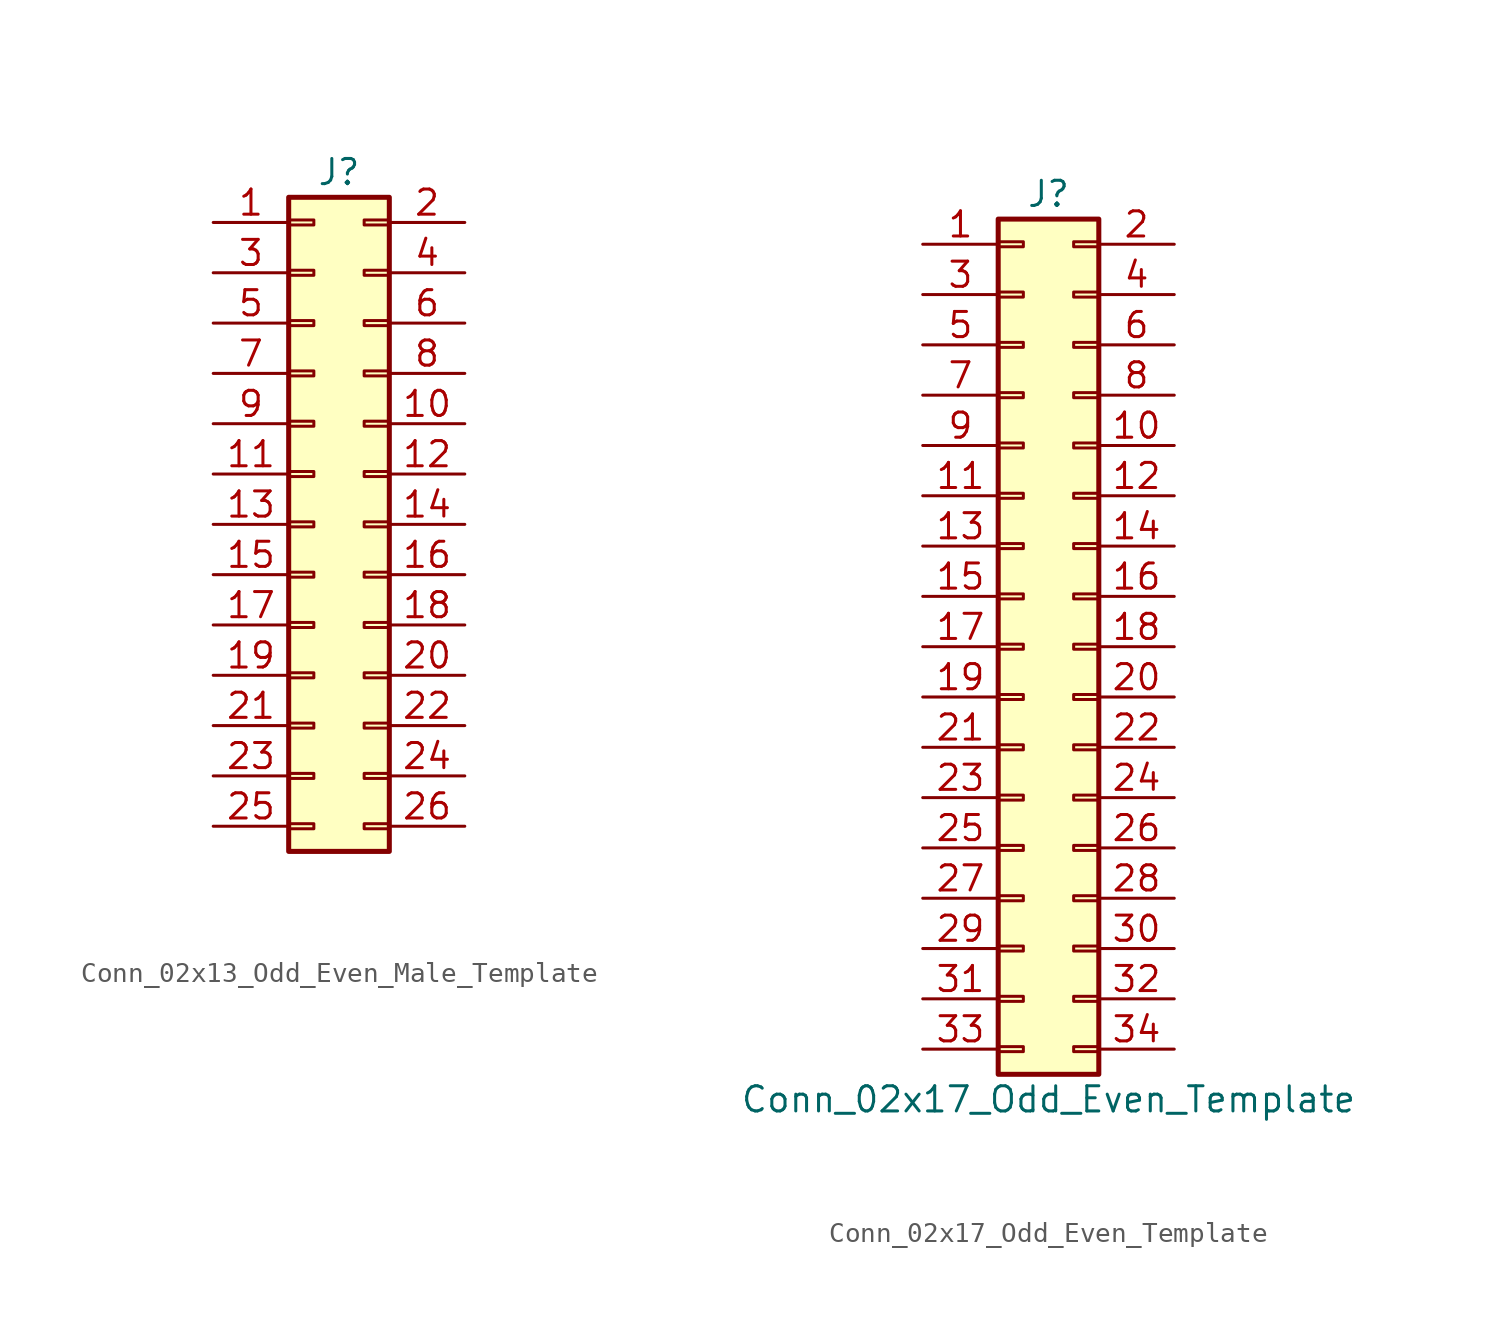
<source format=kicad_sym>
(kicad_symbol_lib
  (version 20241209)
  (generator "kicad_symbol_editor")
  (generator_version "9.0")
  (symbol "Conn_02x13_Odd_Even_Male_Template"
    (pin_names
      (offset 1.016)
      (hide yes))
    (property "Reference" "J"
      (at 1.27 17.78 0)
      (effects (font (size 1.27 1.27))))
    (property "Value" ""
      (at 1.27 -17.78 0)
      (effects (font (size 1.27 1.27))))
    (symbol "Conn_02x13_Odd_Even_Male_Template_1_1"
      (rectangle (start -1.27 16.51) (end 3.81 -16.51) (stroke (width 0.254) (type default)) (fill (type background)))
      (rectangle (start -1.27 15.367) (end 0 15.113) (stroke (width 0.152) (type default)) (fill (type none)))
      (rectangle (start -1.27 12.827) (end 0 12.573) (stroke (width 0.152) (type default)) (fill (type none)))
      (rectangle (start -1.27 10.287) (end 0 10.033) (stroke (width 0.152) (type default)) (fill (type none)))
      (rectangle (start -1.27 7.747) (end 0 7.493) (stroke (width 0.152) (type default)) (fill (type none)))
      (rectangle (start -1.27 5.207) (end 0 4.953) (stroke (width 0.152) (type default)) (fill (type none)))
      (rectangle (start -1.27 2.667) (end 0 2.413) (stroke (width 0.152) (type default)) (fill (type none)))
      (rectangle (start -1.27 0.127) (end 0 -0.127) (stroke (width 0.152) (type default)) (fill (type none)))
      (rectangle (start -1.27 -2.413) (end 0 -2.667) (stroke (width 0.152) (type default)) (fill (type none)))
      (rectangle (start -1.27 -4.953) (end 0 -5.207) (stroke (width 0.152) (type default)) (fill (type none)))
      (rectangle (start -1.27 -7.493) (end 0 -7.747) (stroke (width 0.152) (type default)) (fill (type none)))
      (rectangle (start -1.27 -10.033) (end 0 -10.287) (stroke (width 0.152) (type default)) (fill (type none)))
      (rectangle (start -1.27 -12.573) (end 0 -12.827) (stroke (width 0.152) (type default)) (fill (type none)))
      (rectangle (start -1.27 -15.113) (end 0 -15.367) (stroke (width 0.152) (type default)) (fill (type none)))
      (rectangle (start 3.81 15.367) (end 2.54 15.113) (stroke (width 0.152) (type default)) (fill (type none)))
      (rectangle (start 3.81 12.827) (end 2.54 12.573) (stroke (width 0.152) (type default)) (fill (type none)))
      (rectangle (start 3.81 10.287) (end 2.54 10.033) (stroke (width 0.152) (type default)) (fill (type none)))
      (rectangle (start 3.81 7.747) (end 2.54 7.493) (stroke (width 0.152) (type default)) (fill (type none)))
      (rectangle (start 3.81 5.207) (end 2.54 4.953) (stroke (width 0.152) (type default)) (fill (type none)))
      (rectangle (start 3.81 2.667) (end 2.54 2.413) (stroke (width 0.152) (type default)) (fill (type none)))
      (rectangle (start 3.81 0.127) (end 2.54 -0.127) (stroke (width 0.152) (type default)) (fill (type none)))
      (rectangle (start 3.81 -2.413) (end 2.54 -2.667) (stroke (width 0.152) (type default)) (fill (type none)))
      (rectangle (start 3.81 -4.953) (end 2.54 -5.207) (stroke (width 0.152) (type default)) (fill (type none)))
      (rectangle (start 3.81 -7.493) (end 2.54 -7.747) (stroke (width 0.152) (type default)) (fill (type none)))
      (rectangle (start 3.81 -10.033) (end 2.54 -10.287) (stroke (width 0.152) (type default)) (fill (type none)))
      (rectangle (start 3.81 -12.573) (end 2.54 -12.827) (stroke (width 0.152) (type default)) (fill (type none)))
      (rectangle (start 3.81 -15.113) (end 2.54 -15.367) (stroke (width 0.152) (type default)) (fill (type none)))
      (pin passive line (at -5.08 15.24 0) (length 3.81) (name "Pin_1" (effects (font (size 1.27 1.27)))) (number "1" (effects (font (size 1.27 1.27)))))
      (pin passive line (at -5.08 12.7 0) (length 3.81) (name "Pin_3" (effects (font (size 1.27 1.27)))) (number "3" (effects (font (size 1.27 1.27)))))
      (pin passive line (at -5.08 10.16 0) (length 3.81) (name "Pin_5" (effects (font (size 1.27 1.27)))) (number "5" (effects (font (size 1.27 1.27)))))
      (pin passive line (at -5.08 7.62 0) (length 3.81) (name "Pin_7" (effects (font (size 1.27 1.27)))) (number "7" (effects (font (size 1.27 1.27)))))
      (pin passive line (at -5.08 5.08 0) (length 3.81) (name "Pin_9" (effects (font (size 1.27 1.27)))) (number "9" (effects (font (size 1.27 1.27)))))
      (pin passive line (at -5.08 2.54 0) (length 3.81) (name "Pin_11" (effects (font (size 1.27 1.27)))) (number "11" (effects (font (size 1.27 1.27)))))
      (pin passive line (at -5.08 0 0) (length 3.81) (name "Pin_13" (effects (font (size 1.27 1.27)))) (number "13" (effects (font (size 1.27 1.27)))))
      (pin passive line (at -5.08 -2.54 0) (length 3.81) (name "Pin_15" (effects (font (size 1.27 1.27)))) (number "15" (effects (font (size 1.27 1.27)))))
      (pin passive line (at -5.08 -5.08 0) (length 3.81) (name "Pin_17" (effects (font (size 1.27 1.27)))) (number "17" (effects (font (size 1.27 1.27)))))
      (pin passive line (at -5.08 -7.62 0) (length 3.81) (name "Pin_19" (effects (font (size 1.27 1.27)))) (number "19" (effects (font (size 1.27 1.27)))))
      (pin passive line (at -5.08 -10.16 0) (length 3.81) (name "Pin_21" (effects (font (size 1.27 1.27)))) (number "21" (effects (font (size 1.27 1.27)))))
      (pin passive line (at -5.08 -12.7 0) (length 3.81) (name "Pin_23" (effects (font (size 1.27 1.27)))) (number "23" (effects (font (size 1.27 1.27)))))
      (pin passive line (at -5.08 -15.24 0) (length 3.81) (name "Pin_25" (effects (font (size 1.27 1.27)))) (number "25" (effects (font (size 1.27 1.27)))))
      (pin passive line (at 7.62 15.24 180) (length 3.81) (name "Pin_2" (effects (font (size 1.27 1.27)))) (number "2" (effects (font (size 1.27 1.27)))))
      (pin passive line (at 7.62 12.7 180) (length 3.81) (name "Pin_4" (effects (font (size 1.27 1.27)))) (number "4" (effects (font (size 1.27 1.27)))))
      (pin passive line (at 7.62 10.16 180) (length 3.81) (name "Pin_6" (effects (font (size 1.27 1.27)))) (number "6" (effects (font (size 1.27 1.27)))))
      (pin passive line (at 7.62 7.62 180) (length 3.81) (name "Pin_8" (effects (font (size 1.27 1.27)))) (number "8" (effects (font (size 1.27 1.27)))))
      (pin passive line (at 7.62 5.08 180) (length 3.81) (name "Pin_10" (effects (font (size 1.27 1.27)))) (number "10" (effects (font (size 1.27 1.27)))))
      (pin passive line (at 7.62 2.54 180) (length 3.81) (name "Pin_12" (effects (font (size 1.27 1.27)))) (number "12" (effects (font (size 1.27 1.27)))))
      (pin passive line (at 7.62 0 180) (length 3.81) (name "Pin_14" (effects (font (size 1.27 1.27)))) (number "14" (effects (font (size 1.27 1.27)))))
      (pin passive line (at 7.62 -2.54 180) (length 3.81) (name "Pin_16" (effects (font (size 1.27 1.27)))) (number "16" (effects (font (size 1.27 1.27)))))
      (pin passive line (at 7.62 -5.08 180) (length 3.81) (name "Pin_18" (effects (font (size 1.27 1.27)))) (number "18" (effects (font (size 1.27 1.27)))))
      (pin passive line (at 7.62 -7.62 180) (length 3.81) (name "Pin_20" (effects (font (size 1.27 1.27)))) (number "20" (effects (font (size 1.27 1.27)))))
      (pin passive line (at 7.62 -10.16 180) (length 3.81) (name "Pin_22" (effects (font (size 1.27 1.27)))) (number "22" (effects (font (size 1.27 1.27)))))
      (pin passive line (at 7.62 -12.7 180) (length 3.81) (name "Pin_24" (effects (font (size 1.27 1.27)))) (number "24" (effects (font (size 1.27 1.27)))))
      (pin passive line (at 7.62 -15.24 180) (length 3.81) (name "Pin_26" (effects (font (size 1.27 1.27)))) (number "26" (effects (font (size 1.27 1.27)))))))
  (symbol "Conn_02x17_Odd_Even_Template"
    (pin_names
      (offset 1.016)
      (hide yes))
    (property "Reference" "J"
      (at 1.27 22.86 0)
      (effects (font (size 1.27 1.27))))
    (property "Value" "Conn_02x17_Odd_Even_Template"
      (at 1.27 -22.86 0)
      (effects (font (size 1.27 1.27))))
    (symbol "Conn_02x17_Odd_Even_Template_1_1"
      (rectangle (start -1.27 21.59) (end 3.81 -21.59) (stroke (width 0.254) (type default)) (fill (type background)))
      (rectangle (start -1.27 20.447) (end 0 20.193) (stroke (width 0.152) (type default)) (fill (type none)))
      (rectangle (start -1.27 17.907) (end 0 17.653) (stroke (width 0.152) (type default)) (fill (type none)))
      (rectangle (start -1.27 15.367) (end 0 15.113) (stroke (width 0.152) (type default)) (fill (type none)))
      (rectangle (start -1.27 12.827) (end 0 12.573) (stroke (width 0.152) (type default)) (fill (type none)))
      (rectangle (start -1.27 10.287) (end 0 10.033) (stroke (width 0.152) (type default)) (fill (type none)))
      (rectangle (start -1.27 7.747) (end 0 7.493) (stroke (width 0.152) (type default)) (fill (type none)))
      (rectangle (start -1.27 5.207) (end 0 4.953) (stroke (width 0.152) (type default)) (fill (type none)))
      (rectangle (start -1.27 2.667) (end 0 2.413) (stroke (width 0.152) (type default)) (fill (type none)))
      (rectangle (start -1.27 0.127) (end 0 -0.127) (stroke (width 0.152) (type default)) (fill (type none)))
      (rectangle (start -1.27 -2.413) (end 0 -2.667) (stroke (width 0.152) (type default)) (fill (type none)))
      (rectangle (start -1.27 -4.953) (end 0 -5.207) (stroke (width 0.152) (type default)) (fill (type none)))
      (rectangle (start -1.27 -7.493) (end 0 -7.747) (stroke (width 0.152) (type default)) (fill (type none)))
      (rectangle (start -1.27 -10.033) (end 0 -10.287) (stroke (width 0.152) (type default)) (fill (type none)))
      (rectangle (start -1.27 -12.573) (end 0 -12.827) (stroke (width 0.152) (type default)) (fill (type none)))
      (rectangle (start -1.27 -15.113) (end 0 -15.367) (stroke (width 0.152) (type default)) (fill (type none)))
      (rectangle (start -1.27 -17.653) (end 0 -17.907) (stroke (width 0.152) (type default)) (fill (type none)))
      (rectangle (start -1.27 -20.193) (end 0 -20.447) (stroke (width 0.152) (type default)) (fill (type none)))
      (rectangle (start 3.81 20.447) (end 2.54 20.193) (stroke (width 0.152) (type default)) (fill (type none)))
      (rectangle (start 3.81 17.907) (end 2.54 17.653) (stroke (width 0.152) (type default)) (fill (type none)))
      (rectangle (start 3.81 15.367) (end 2.54 15.113) (stroke (width 0.152) (type default)) (fill (type none)))
      (rectangle (start 3.81 12.827) (end 2.54 12.573) (stroke (width 0.152) (type default)) (fill (type none)))
      (rectangle (start 3.81 10.287) (end 2.54 10.033) (stroke (width 0.152) (type default)) (fill (type none)))
      (rectangle (start 3.81 7.747) (end 2.54 7.493) (stroke (width 0.152) (type default)) (fill (type none)))
      (rectangle (start 3.81 5.207) (end 2.54 4.953) (stroke (width 0.152) (type default)) (fill (type none)))
      (rectangle (start 3.81 2.667) (end 2.54 2.413) (stroke (width 0.152) (type default)) (fill (type none)))
      (rectangle (start 3.81 0.127) (end 2.54 -0.127) (stroke (width 0.152) (type default)) (fill (type none)))
      (rectangle (start 3.81 -2.413) (end 2.54 -2.667) (stroke (width 0.152) (type default)) (fill (type none)))
      (rectangle (start 3.81 -4.953) (end 2.54 -5.207) (stroke (width 0.152) (type default)) (fill (type none)))
      (rectangle (start 3.81 -7.493) (end 2.54 -7.747) (stroke (width 0.152) (type default)) (fill (type none)))
      (rectangle (start 3.81 -10.033) (end 2.54 -10.287) (stroke (width 0.152) (type default)) (fill (type none)))
      (rectangle (start 3.81 -12.573) (end 2.54 -12.827) (stroke (width 0.152) (type default)) (fill (type none)))
      (rectangle (start 3.81 -15.113) (end 2.54 -15.367) (stroke (width 0.152) (type default)) (fill (type none)))
      (rectangle (start 3.81 -17.653) (end 2.54 -17.907) (stroke (width 0.152) (type default)) (fill (type none)))
      (rectangle (start 3.81 -20.193) (end 2.54 -20.447) (stroke (width 0.152) (type default)) (fill (type none)))
      (pin passive line (at -5.08 20.32 0) (length 3.81) (name "Pin_1" (effects (font (size 1.27 1.27)))) (number "1" (effects (font (size 1.27 1.27)))))
      (pin passive line (at -5.08 17.78 0) (length 3.81) (name "Pin_3" (effects (font (size 1.27 1.27)))) (number "3" (effects (font (size 1.27 1.27)))))
      (pin passive line (at -5.08 15.24 0) (length 3.81) (name "Pin_5" (effects (font (size 1.27 1.27)))) (number "5" (effects (font (size 1.27 1.27)))))
      (pin passive line (at -5.08 12.7 0) (length 3.81) (name "Pin_7" (effects (font (size 1.27 1.27)))) (number "7" (effects (font (size 1.27 1.27)))))
      (pin passive line (at -5.08 10.16 0) (length 3.81) (name "Pin_9" (effects (font (size 1.27 1.27)))) (number "9" (effects (font (size 1.27 1.27)))))
      (pin passive line (at -5.08 7.62 0) (length 3.81) (name "Pin_11" (effects (font (size 1.27 1.27)))) (number "11" (effects (font (size 1.27 1.27)))))
      (pin passive line (at -5.08 5.08 0) (length 3.81) (name "Pin_13" (effects (font (size 1.27 1.27)))) (number "13" (effects (font (size 1.27 1.27)))))
      (pin passive line (at -5.08 2.54 0) (length 3.81) (name "Pin_15" (effects (font (size 1.27 1.27)))) (number "15" (effects (font (size 1.27 1.27)))))
      (pin passive line (at -5.08 0 0) (length 3.81) (name "Pin_17" (effects (font (size 1.27 1.27)))) (number "17" (effects (font (size 1.27 1.27)))))
      (pin passive line (at -5.08 -2.54 0) (length 3.81) (name "Pin_19" (effects (font (size 1.27 1.27)))) (number "19" (effects (font (size 1.27 1.27)))))
      (pin passive line (at -5.08 -5.08 0) (length 3.81) (name "Pin_21" (effects (font (size 1.27 1.27)))) (number "21" (effects (font (size 1.27 1.27)))))
      (pin passive line (at -5.08 -7.62 0) (length 3.81) (name "Pin_23" (effects (font (size 1.27 1.27)))) (number "23" (effects (font (size 1.27 1.27)))))
      (pin passive line (at -5.08 -10.16 0) (length 3.81) (name "Pin_25" (effects (font (size 1.27 1.27)))) (number "25" (effects (font (size 1.27 1.27)))))
      (pin passive line (at -5.08 -12.7 0) (length 3.81) (name "Pin_27" (effects (font (size 1.27 1.27)))) (number "27" (effects (font (size 1.27 1.27)))))
      (pin passive line (at -5.08 -15.24 0) (length 3.81) (name "Pin_29" (effects (font (size 1.27 1.27)))) (number "29" (effects (font (size 1.27 1.27)))))
      (pin passive line (at -5.08 -17.78 0) (length 3.81) (name "Pin_31" (effects (font (size 1.27 1.27)))) (number "31" (effects (font (size 1.27 1.27)))))
      (pin passive line (at -5.08 -20.32 0) (length 3.81) (name "Pin_33" (effects (font (size 1.27 1.27)))) (number "33" (effects (font (size 1.27 1.27)))))
      (pin passive line (at 7.62 20.32 180) (length 3.81) (name "Pin_2" (effects (font (size 1.27 1.27)))) (number "2" (effects (font (size 1.27 1.27)))))
      (pin passive line (at 7.62 17.78 180) (length 3.81) (name "Pin_4" (effects (font (size 1.27 1.27)))) (number "4" (effects (font (size 1.27 1.27)))))
      (pin passive line (at 7.62 15.24 180) (length 3.81) (name "Pin_6" (effects (font (size 1.27 1.27)))) (number "6" (effects (font (size 1.27 1.27)))))
      (pin passive line (at 7.62 12.7 180) (length 3.81) (name "Pin_8" (effects (font (size 1.27 1.27)))) (number "8" (effects (font (size 1.27 1.27)))))
      (pin passive line (at 7.62 10.16 180) (length 3.81) (name "Pin_10" (effects (font (size 1.27 1.27)))) (number "10" (effects (font (size 1.27 1.27)))))
      (pin passive line (at 7.62 7.62 180) (length 3.81) (name "Pin_12" (effects (font (size 1.27 1.27)))) (number "12" (effects (font (size 1.27 1.27)))))
      (pin passive line (at 7.62 5.08 180) (length 3.81) (name "Pin_14" (effects (font (size 1.27 1.27)))) (number "14" (effects (font (size 1.27 1.27)))))
      (pin passive line (at 7.62 2.54 180) (length 3.81) (name "Pin_16" (effects (font (size 1.27 1.27)))) (number "16" (effects (font (size 1.27 1.27)))))
      (pin passive line (at 7.62 0 180) (length 3.81) (name "Pin_18" (effects (font (size 1.27 1.27)))) (number "18" (effects (font (size 1.27 1.27)))))
      (pin passive line (at 7.62 -2.54 180) (length 3.81) (name "Pin_20" (effects (font (size 1.27 1.27)))) (number "20" (effects (font (size 1.27 1.27)))))
      (pin passive line (at 7.62 -5.08 180) (length 3.81) (name "Pin_22" (effects (font (size 1.27 1.27)))) (number "22" (effects (font (size 1.27 1.27)))))
      (pin passive line (at 7.62 -7.62 180) (length 3.81) (name "Pin_24" (effects (font (size 1.27 1.27)))) (number "24" (effects (font (size 1.27 1.27)))))
      (pin passive line (at 7.62 -10.16 180) (length 3.81) (name "Pin_26" (effects (font (size 1.27 1.27)))) (number "26" (effects (font (size 1.27 1.27)))))
      (pin passive line (at 7.62 -12.7 180) (length 3.81) (name "Pin_28" (effects (font (size 1.27 1.27)))) (number "28" (effects (font (size 1.27 1.27)))))
      (pin passive line (at 7.62 -15.24 180) (length 3.81) (name "Pin_30" (effects (font (size 1.27 1.27)))) (number "30" (effects (font (size 1.27 1.27)))))
      (pin passive line (at 7.62 -17.78 180) (length 3.81) (name "Pin_32" (effects (font (size 1.27 1.27)))) (number "32" (effects (font (size 1.27 1.27)))))
      (pin passive line (at 7.62 -20.32 180) (length 3.81) (name "Pin_34" (effects (font (size 1.27 1.27)))) (number "34" (effects (font (size 1.27 1.27))))))))
</source>
